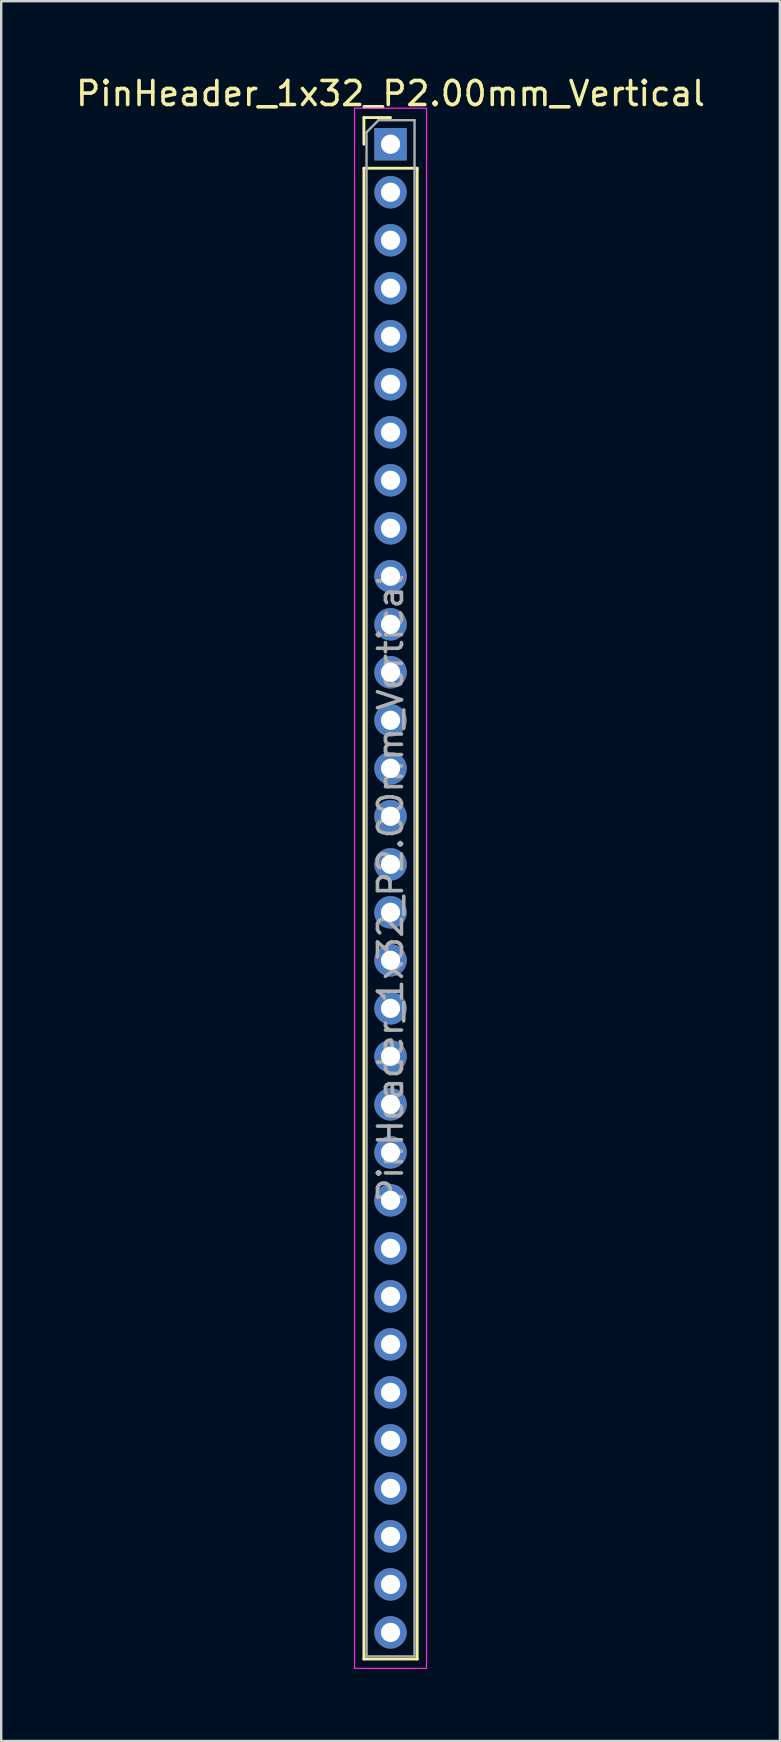
<source format=kicad_pcb>
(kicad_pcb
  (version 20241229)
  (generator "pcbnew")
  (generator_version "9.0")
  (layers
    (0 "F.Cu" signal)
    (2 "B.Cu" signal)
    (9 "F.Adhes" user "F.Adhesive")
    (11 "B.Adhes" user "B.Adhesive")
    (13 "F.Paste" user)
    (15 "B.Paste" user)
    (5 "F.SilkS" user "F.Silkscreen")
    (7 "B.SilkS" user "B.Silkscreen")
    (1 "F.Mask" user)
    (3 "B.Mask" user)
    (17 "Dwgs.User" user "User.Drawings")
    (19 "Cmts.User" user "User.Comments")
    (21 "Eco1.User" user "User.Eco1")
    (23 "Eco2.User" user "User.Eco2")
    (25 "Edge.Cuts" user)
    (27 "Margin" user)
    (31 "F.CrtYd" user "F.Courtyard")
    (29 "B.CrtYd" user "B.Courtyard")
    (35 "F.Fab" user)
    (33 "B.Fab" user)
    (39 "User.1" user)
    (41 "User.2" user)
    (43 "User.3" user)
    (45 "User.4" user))
  (footprint "PinHeader_1x32_P2.00mm_Vertical"
    (layer "F.Cu")
    (at 13.22 2.958)
    (property "Reference" "PinHeader_1x32_P2.00mm_Vertical" (at 0 -2.11 0) (layer "F.SilkS") (effects (font (size 1 1) (thickness 0.15))))
    (attr through_hole)
    (fp_line (start -1.11 -1.11) (end 0 -1.11) (stroke (width 0.12) (type solid)) (layer "F.SilkS"))
    (fp_line (start -1.11 0) (end -1.11 -1.11) (stroke (width 0.12) (type solid)) (layer "F.SilkS"))
    (fp_line (start -1.11 1) (end -1.11 63.11) (stroke (width 0.12) (type solid)) (layer "F.SilkS"))
    (fp_line (start -1.11 1) (end 1.11 1) (stroke (width 0.12) (type solid)) (layer "F.SilkS"))
    (fp_line (start -1.11 63.11) (end 1.11 63.11) (stroke (width 0.12) (type solid)) (layer "F.SilkS"))
    (fp_line (start 1.11 1) (end 1.11 63.11) (stroke (width 0.12) (type solid)) (layer "F.SilkS"))
    (fp_line (start -1.5 -1.5) (end -1.5 63.5) (stroke (width 0.05) (type solid)) (layer "F.CrtYd"))
    (fp_line (start -1.5 63.5) (end 1.5 63.5) (stroke (width 0.05) (type solid)) (layer "F.CrtYd"))
    (fp_line (start 1.5 -1.5) (end -1.5 -1.5) (stroke (width 0.05) (type solid)) (layer "F.CrtYd"))
    (fp_line (start 1.5 63.5) (end 1.5 -1.5) (stroke (width 0.05) (type solid)) (layer "F.CrtYd"))
    (fp_line (start -1 -0.5) (end -0.5 -1) (stroke (width 0.1) (type solid)) (layer "F.Fab"))
    (fp_line (start -1 63) (end -1 -0.5) (stroke (width 0.1) (type solid)) (layer "F.Fab"))
    (fp_line (start -0.5 -1) (end 1 -1) (stroke (width 0.1) (type solid)) (layer "F.Fab"))
    (fp_line (start 1 -1) (end 1 63) (stroke (width 0.1) (type solid)) (layer "F.Fab"))
    (fp_line (start 1 63) (end -1 63) (stroke (width 0.1) (type solid)) (layer "F.Fab"))
    (fp_text user "${REFERENCE}" (at 0 31 90) (layer "F.Fab") (effects (font (size 1 1) (thickness 0.15))))
    (pad "1" thru_hole rect (at 0 0) (size 1.35 1.35) (drill 0.8) (layers "*.Cu" "*.Mask"))
    (pad "2" thru_hole circle (at 0 2) (size 1.35 1.35) (drill 0.8) (layers "*.Cu" "*.Mask"))
    (pad "3" thru_hole circle (at 0 4) (size 1.35 1.35) (drill 0.8) (layers "*.Cu" "*.Mask"))
    (pad "4" thru_hole circle (at 0 6) (size 1.35 1.35) (drill 0.8) (layers "*.Cu" "*.Mask"))
    (pad "5" thru_hole circle (at 0 8) (size 1.35 1.35) (drill 0.8) (layers "*.Cu" "*.Mask"))
    (pad "6" thru_hole circle (at 0 10) (size 1.35 1.35) (drill 0.8) (layers "*.Cu" "*.Mask"))
    (pad "7" thru_hole circle (at 0 12) (size 1.35 1.35) (drill 0.8) (layers "*.Cu" "*.Mask"))
    (pad "8" thru_hole circle (at 0 14) (size 1.35 1.35) (drill 0.8) (layers "*.Cu" "*.Mask"))
    (pad "9" thru_hole circle (at 0 16) (size 1.35 1.35) (drill 0.8) (layers "*.Cu" "*.Mask"))
    (pad "10" thru_hole circle (at 0 18) (size 1.35 1.35) (drill 0.8) (layers "*.Cu" "*.Mask"))
    (pad "11" thru_hole circle (at 0 20) (size 1.35 1.35) (drill 0.8) (layers "*.Cu" "*.Mask"))
    (pad "12" thru_hole circle (at 0 22) (size 1.35 1.35) (drill 0.8) (layers "*.Cu" "*.Mask"))
    (pad "13" thru_hole circle (at 0 24) (size 1.35 1.35) (drill 0.8) (layers "*.Cu" "*.Mask"))
    (pad "14" thru_hole circle (at 0 26) (size 1.35 1.35) (drill 0.8) (layers "*.Cu" "*.Mask"))
    (pad "15" thru_hole circle (at 0 28) (size 1.35 1.35) (drill 0.8) (layers "*.Cu" "*.Mask"))
    (pad "16" thru_hole circle (at 0 30) (size 1.35 1.35) (drill 0.8) (layers "*.Cu" "*.Mask"))
    (pad "17" thru_hole circle (at 0 32) (size 1.35 1.35) (drill 0.8) (layers "*.Cu" "*.Mask"))
    (pad "18" thru_hole circle (at 0 34) (size 1.35 1.35) (drill 0.8) (layers "*.Cu" "*.Mask"))
    (pad "19" thru_hole circle (at 0 36) (size 1.35 1.35) (drill 0.8) (layers "*.Cu" "*.Mask"))
    (pad "20" thru_hole circle (at 0 38) (size 1.35 1.35) (drill 0.8) (layers "*.Cu" "*.Mask"))
    (pad "21" thru_hole circle (at 0 40) (size 1.35 1.35) (drill 0.8) (layers "*.Cu" "*.Mask"))
    (pad "22" thru_hole circle (at 0 42) (size 1.35 1.35) (drill 0.8) (layers "*.Cu" "*.Mask"))
    (pad "23" thru_hole circle (at 0 44) (size 1.35 1.35) (drill 0.8) (layers "*.Cu" "*.Mask"))
    (pad "24" thru_hole circle (at 0 46) (size 1.35 1.35) (drill 0.8) (layers "*.Cu" "*.Mask"))
    (pad "25" thru_hole circle (at 0 48) (size 1.35 1.35) (drill 0.8) (layers "*.Cu" "*.Mask"))
    (pad "26" thru_hole circle (at 0 50) (size 1.35 1.35) (drill 0.8) (layers "*.Cu" "*.Mask"))
    (pad "27" thru_hole circle (at 0 52) (size 1.35 1.35) (drill 0.8) (layers "*.Cu" "*.Mask"))
    (pad "28" thru_hole circle (at 0 54) (size 1.35 1.35) (drill 0.8) (layers "*.Cu" "*.Mask"))
    (pad "29" thru_hole circle (at 0 56) (size 1.35 1.35) (drill 0.8) (layers "*.Cu" "*.Mask"))
    (pad "30" thru_hole circle (at 0 58) (size 1.35 1.35) (drill 0.8) (layers "*.Cu" "*.Mask"))
    (pad "31" thru_hole circle (at 0 60) (size 1.35 1.35) (drill 0.8) (layers "*.Cu" "*.Mask"))
    (pad "32" thru_hole circle (at 0 62) (size 1.35 1.35) (drill 0.8) (layers "*.Cu" "*.Mask")))
  (gr_rect
    (start -3 -3)
    (end 29.44 69.483)
    (stroke (width 0.1) (type default))
    (fill no)
    (layer "Edge.Cuts")))
</source>
